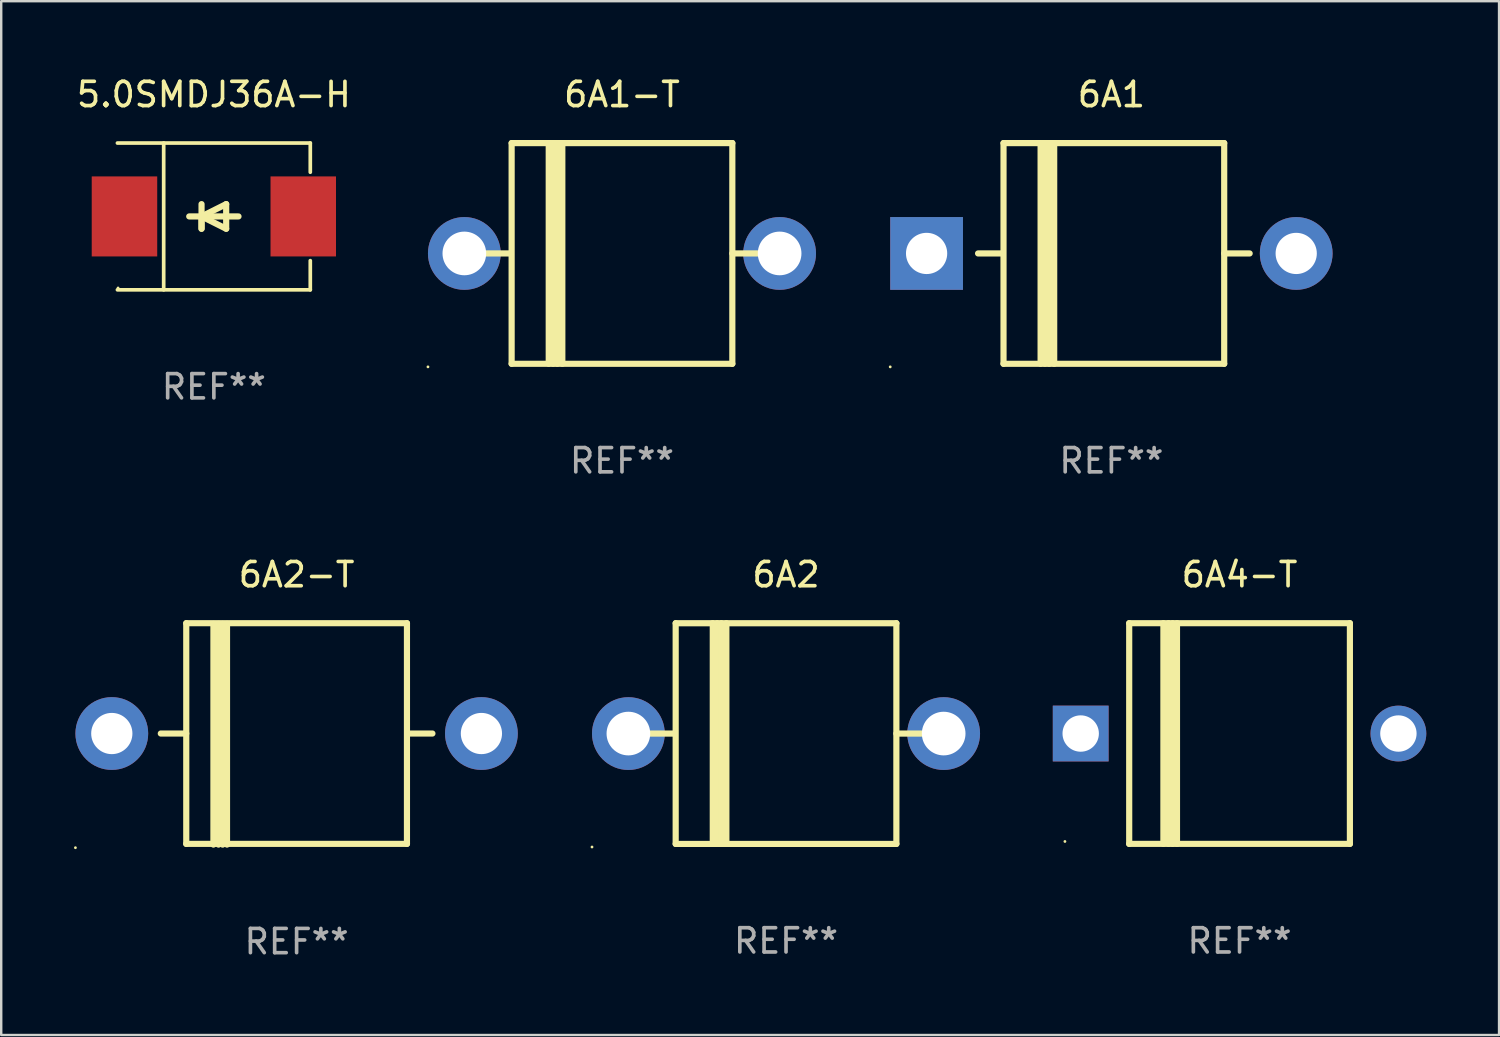
<source format=kicad_pcb>
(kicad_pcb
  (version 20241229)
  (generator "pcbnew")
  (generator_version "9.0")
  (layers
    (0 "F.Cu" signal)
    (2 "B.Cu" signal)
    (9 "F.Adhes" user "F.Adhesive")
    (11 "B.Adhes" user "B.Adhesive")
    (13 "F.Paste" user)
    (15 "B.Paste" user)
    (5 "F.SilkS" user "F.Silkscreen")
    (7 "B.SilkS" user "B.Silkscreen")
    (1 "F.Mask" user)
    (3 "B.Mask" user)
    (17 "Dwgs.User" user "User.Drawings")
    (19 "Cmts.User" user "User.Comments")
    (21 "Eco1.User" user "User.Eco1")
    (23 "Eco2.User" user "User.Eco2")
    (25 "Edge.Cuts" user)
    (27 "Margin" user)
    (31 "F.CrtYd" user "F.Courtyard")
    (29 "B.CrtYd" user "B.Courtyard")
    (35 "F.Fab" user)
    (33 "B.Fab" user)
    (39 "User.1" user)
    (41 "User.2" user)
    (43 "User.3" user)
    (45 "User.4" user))
  (footprint "5.0SMDJ36A-H"
    (layer "F.Cu")
    (at 5.768 5.874)
    (property "Reference" "5.0SMDJ36A-H" (at 0 -5.026 0) (layer "F.SilkS") (effects (font (size 1 1) (thickness 0.15))))
    (attr through_hole)
    (fp_line (start -3.976 -3.026) (end 3.976 -3.026) (stroke (width 0.152) (type solid)) (layer "F.SilkS"))
    (fp_line (start -3.976 3.026) (end 3.976 3.026) (stroke (width 0.152) (type solid)) (layer "F.SilkS"))
    (fp_line (start -2.069 -3.026) (end -2.069 3.026) (stroke (width 0.152) (type solid)) (layer "F.SilkS"))
    (fp_line (start -0.508 0) (end -0.508 0.508) (stroke (width 0.254) (type solid)) (layer "F.SilkS"))
    (fp_line (start -0.508 0) (end 0.508 0.508) (stroke (width 0.254) (type solid)) (layer "F.SilkS"))
    (fp_line (start -0.508 0.508) (end -0.508 -0.508) (stroke (width 0.254) (type solid)) (layer "F.SilkS"))
    (fp_line (start 0.508 -0.508) (end -0.508 0) (stroke (width 0.254) (type solid)) (layer "F.SilkS"))
    (fp_line (start 0.508 0.508) (end 0.508 -0.508) (stroke (width 0.254) (type solid)) (layer "F.SilkS"))
    (fp_line (start 1.016 0) (end -1.016 0) (stroke (width 0.254) (type solid)) (layer "F.SilkS"))
    (fp_line (start 3.976 -3.026) (end 3.976 -1.823) (stroke (width 0.152) (type solid)) (layer "F.SilkS"))
    (fp_line (start 3.976 3.026) (end 3.976 1.823) (stroke (width 0.152) (type solid)) (layer "F.SilkS"))
    (fp_circle (center -3.95 2.95) (end -3.92 2.95) (stroke (width 0.06) (type solid)) (fill no) (layer "F.SilkS"))
    (fp_text user "REF**" (at 0 7.026 0) (layer "F.Fab") (effects (font (size 1 1) (thickness 0.15))))
    (pad "1" smd rect (at -3.686 0) (size 2.7 3.3) (layers "F.Cu" "F.Mask" "F.Paste"))
    (pad "2" smd rect (at 3.686 0) (size 2.7 3.3) (layers "F.Cu" "F.Mask" "F.Paste")))
  (footprint "6A2"
    (layer "F.Cu")
    (at 29.36 27.196)
    (property "Reference" "6A2" (at 0 -6.551 0) (layer "F.SilkS") (effects (font (size 1 1) (thickness 0.15))))
    (attr through_hole)
    (fp_line (start -4.58 0.001) (end -5.6 0.001) (stroke (width 0.254) (type solid)) (layer "F.SilkS"))
    (fp_line (start -4.55 -4.549) (end 4.55 -4.549) (stroke (width 0.254) (type solid)) (layer "F.SilkS"))
    (fp_line (start -4.55 -4.55) (end -4.55 4.551) (stroke (width 0.254) (type solid)) (layer "F.SilkS"))
    (fp_line (start -3.02 -4.55) (end -3.02 4.551) (stroke (width 0.254) (type solid)) (layer "F.SilkS"))
    (fp_line (start -2.841 -4.551) (end -2.841 4.55) (stroke (width 0.254) (type solid)) (layer "F.SilkS"))
    (fp_line (start -2.67 -4.55) (end -2.67 4.551) (stroke (width 0.254) (type solid)) (layer "F.SilkS"))
    (fp_line (start -2.46 -4.55) (end -2.46 4.551) (stroke (width 0.254) (type solid)) (layer "F.SilkS"))
    (fp_line (start 4.55 4.551) (end -4.55 4.551) (stroke (width 0.254) (type solid)) (layer "F.SilkS"))
    (fp_line (start 4.55 4.551) (end 4.55 -4.55) (stroke (width 0.254) (type solid)) (layer "F.SilkS"))
    (fp_line (start 5.6 0.001) (end 4.55 0.001) (stroke (width 0.254) (type solid)) (layer "F.SilkS"))
    (fp_circle (center -8 4.678) (end -7.97 4.678) (stroke (width 0.06) (type solid)) (fill no) (layer "F.SilkS"))
    (fp_text user "REF**" (at 0 8.551 0) (layer "F.Fab") (effects (font (size 1 1) (thickness 0.15))))
    (pad "1" thru_hole circle (at -6.5 0.001) (size 3 3) (drill 1.8) (layers "*.Cu" "*.Mask"))
    (pad "2" thru_hole circle (at 6.5 0.001) (size 3 3) (drill 1.8) (layers "*.Cu" "*.Mask")))
  (footprint "6A1-T"
    (layer "F.Cu")
    (at 22.596 7.399)
    (property "Reference" "6A1-T" (at 0 -6.551 0) (layer "F.SilkS") (effects (font (size 1 1) (thickness 0.15))))
    (attr through_hole)
    (fp_line (start -4.58 0.001) (end -5.6 0.001) (stroke (width 0.254) (type solid)) (layer "F.SilkS"))
    (fp_line (start -4.55 -4.549) (end 4.55 -4.549) (stroke (width 0.254) (type solid)) (layer "F.SilkS"))
    (fp_line (start -4.55 -4.55) (end -4.55 4.551) (stroke (width 0.254) (type solid)) (layer "F.SilkS"))
    (fp_line (start -3.02 -4.55) (end -3.02 4.551) (stroke (width 0.254) (type solid)) (layer "F.SilkS"))
    (fp_line (start -2.841 -4.551) (end -2.841 4.55) (stroke (width 0.254) (type solid)) (layer "F.SilkS"))
    (fp_line (start -2.67 -4.55) (end -2.67 4.551) (stroke (width 0.254) (type solid)) (layer "F.SilkS"))
    (fp_line (start -2.46 -4.55) (end -2.46 4.551) (stroke (width 0.254) (type solid)) (layer "F.SilkS"))
    (fp_line (start 4.55 4.551) (end -4.55 4.551) (stroke (width 0.254) (type solid)) (layer "F.SilkS"))
    (fp_line (start 4.55 4.551) (end 4.55 -4.55) (stroke (width 0.254) (type solid)) (layer "F.SilkS"))
    (fp_line (start 5.6 0.001) (end 4.55 0.001) (stroke (width 0.254) (type solid)) (layer "F.SilkS"))
    (fp_circle (center -8 4.678) (end -7.97 4.678) (stroke (width 0.06) (type solid)) (fill no) (layer "F.SilkS"))
    (fp_text user "REF**" (at 0 8.551 0) (layer "F.Fab") (effects (font (size 1 1) (thickness 0.15))))
    (pad "1" thru_hole circle (at -6.5 0.001) (size 3 3) (drill 1.8) (layers "*.Cu" "*.Mask"))
    (pad "2" thru_hole circle (at 6.5 0.001) (size 3 3) (drill 1.8) (layers "*.Cu" "*.Mask")))
  (footprint "6A4-T"
    (layer "F.Cu")
    (at 48.06 27.196)
    (property "Reference" "6A4-T" (at 0 -6.551 0) (layer "F.SilkS") (effects (font (size 1 1) (thickness 0.15))))
    (attr through_hole)
    (fp_line (start -4.55 -4.55) (end -4.55 4.55) (stroke (width 0.254) (type solid)) (layer "F.SilkS"))
    (fp_line (start -4.55 -4.55) (end 4.55 -4.55) (stroke (width 0.254) (type solid)) (layer "F.SilkS"))
    (fp_line (start -3.14 4.55) (end -3.14 -4.551) (stroke (width 0.254) (type solid)) (layer "F.SilkS"))
    (fp_line (start -2.93 4.55) (end -2.93 -4.551) (stroke (width 0.254) (type solid)) (layer "F.SilkS"))
    (fp_line (start -2.759 4.551) (end -2.759 -4.55) (stroke (width 0.254) (type solid)) (layer "F.SilkS"))
    (fp_line (start -2.58 4.55) (end -2.58 -4.551) (stroke (width 0.254) (type solid)) (layer "F.SilkS"))
    (fp_line (start 4.55 4.55) (end 4.55 -4.55) (stroke (width 0.254) (type solid)) (layer "F.SilkS"))
    (fp_line (start 4.55 4.549) (end -4.55 4.549) (stroke (width 0.254) (type solid)) (layer "F.SilkS"))
    (fp_circle (center -7.2 4.45) (end -7.17 4.45) (stroke (width 0.06) (type solid)) (fill no) (layer "F.SilkS"))
    (fp_text user "REF**" (at 0 8.551 0) (layer "F.Fab") (effects (font (size 1 1) (thickness 0.15))))
    (pad "1" thru_hole rect (at -6.55 -0.000483 180) (size 2.3 2.3) (drill 1.5) (layers "*.Cu" "*.Mask"))
    (pad "2" thru_hole circle (at 6.55 -0.000483) (size 2.3 2.3) (drill 1.5) (layers "*.Cu" "*.Mask")))
  (footprint "6A2-T"
    (layer "F.Cu")
    (at 9.18 27.211)
    (property "Reference" "6A2-T" (at 0 -6.565 0) (layer "F.SilkS") (effects (font (size 1 1) (thickness 0.15))))
    (attr through_hole)
    (fp_line (start -5.6 -0.016) (end -4.55 -0.016) (stroke (width 0.254) (type solid)) (layer "F.SilkS"))
    (fp_line (start -4.55 -4.565) (end -4.55 4.535) (stroke (width 0.254) (type solid)) (layer "F.SilkS"))
    (fp_line (start -4.55 -4.565) (end 4.55 -4.565) (stroke (width 0.254) (type solid)) (layer "F.SilkS"))
    (fp_line (start -3.43 4.564) (end -3.43 -4.536) (stroke (width 0.254) (type solid)) (layer "F.SilkS"))
    (fp_line (start -3.22 4.564) (end -3.22 -4.536) (stroke (width 0.254) (type solid)) (layer "F.SilkS"))
    (fp_line (start -3.049 4.565) (end -3.049 -4.535) (stroke (width 0.254) (type solid)) (layer "F.SilkS"))
    (fp_line (start -2.87 4.564) (end -2.87 -4.536) (stroke (width 0.254) (type solid)) (layer "F.SilkS"))
    (fp_line (start 4.55 4.535) (end 4.55 -4.565) (stroke (width 0.254) (type solid)) (layer "F.SilkS"))
    (fp_line (start 4.55 4.534) (end -4.55 4.534) (stroke (width 0.254) (type solid)) (layer "F.SilkS"))
    (fp_line (start 4.58 -0.016) (end 5.6 -0.016) (stroke (width 0.254) (type solid)) (layer "F.SilkS"))
    (fp_circle (center -9.12 4.692) (end -9.09 4.692) (stroke (width 0.06) (type solid)) (fill no) (layer "F.SilkS"))
    (fp_text user "REF**" (at 0 8.565 0) (layer "F.Fab") (effects (font (size 1 1) (thickness 0.15))))
    (pad "1" thru_hole circle (at -7.62 -0.016) (size 3 3) (drill 1.7) (layers "*.Cu" "*.Mask"))
    (pad "2" thru_hole circle (at 7.62 -0.016) (size 3 3) (drill 1.7) (layers "*.Cu" "*.Mask")))
  (footprint "6A1"
    (layer "F.Cu")
    (at 42.776 7.399)
    (property "Reference" "6A1" (at 0 -6.551 0) (layer "F.SilkS") (effects (font (size 1 1) (thickness 0.15))))
    (attr through_hole)
    (fp_line (start -4.478 0.001) (end -5.498 0.001) (stroke (width 0.254) (type solid)) (layer "F.SilkS"))
    (fp_line (start -4.449 -4.549) (end 4.651 -4.549) (stroke (width 0.254) (type solid)) (layer "F.SilkS"))
    (fp_line (start -4.448 -4.55) (end -4.448 4.551) (stroke (width 0.254) (type solid)) (layer "F.SilkS"))
    (fp_line (start -2.919 -4.55) (end -2.919 4.551) (stroke (width 0.254) (type solid)) (layer "F.SilkS"))
    (fp_line (start -2.74 -4.551) (end -2.74 4.55) (stroke (width 0.254) (type solid)) (layer "F.SilkS"))
    (fp_line (start -2.569 -4.55) (end -2.569 4.551) (stroke (width 0.254) (type solid)) (layer "F.SilkS"))
    (fp_line (start -2.359 -4.55) (end -2.359 4.551) (stroke (width 0.254) (type solid)) (layer "F.SilkS"))
    (fp_line (start 4.651 4.551) (end -4.449 4.551) (stroke (width 0.254) (type solid)) (layer "F.SilkS"))
    (fp_line (start 4.651 4.551) (end 4.651 -4.55) (stroke (width 0.254) (type solid)) (layer "F.SilkS"))
    (fp_line (start 5.701 0.001) (end 4.651 0.001) (stroke (width 0.254) (type solid)) (layer "F.SilkS"))
    (fp_circle (center -9.12 4.678) (end -9.09 4.678) (stroke (width 0.06) (type solid)) (fill no) (layer "F.SilkS"))
    (fp_text user "REF**" (at 0 8.551 0) (layer "F.Fab") (effects (font (size 1 1) (thickness 0.15))))
    (pad "1" thru_hole rect (at -7.62 0.001 180) (size 3 3) (drill 1.7) (layers "*.Cu" "*.Mask"))
    (pad "2" thru_hole circle (at 7.62 0.001) (size 3 3) (drill 1.7) (layers "*.Cu" "*.Mask")))
  (gr_rect
    (start -3 -3)
    (end 58.76 39.625)
    (stroke (width 0.1) (type default))
    (fill no)
    (layer "Edge.Cuts")))
</source>
